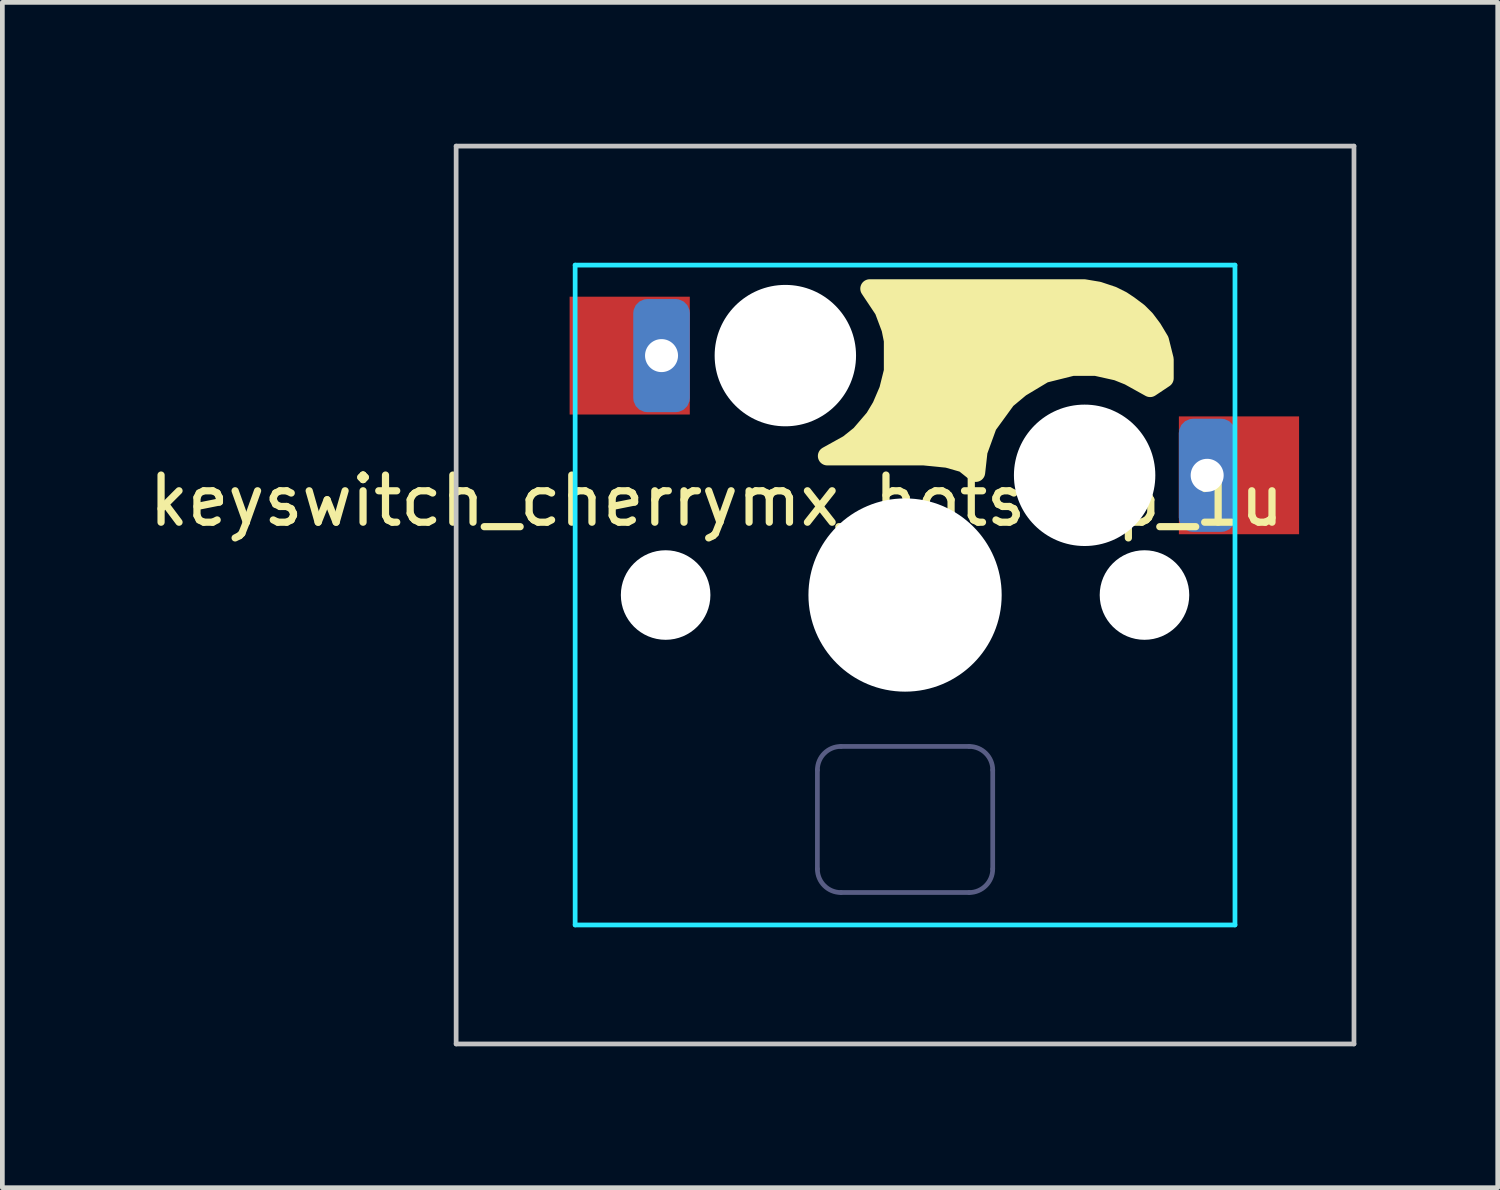
<source format=kicad_pcb>
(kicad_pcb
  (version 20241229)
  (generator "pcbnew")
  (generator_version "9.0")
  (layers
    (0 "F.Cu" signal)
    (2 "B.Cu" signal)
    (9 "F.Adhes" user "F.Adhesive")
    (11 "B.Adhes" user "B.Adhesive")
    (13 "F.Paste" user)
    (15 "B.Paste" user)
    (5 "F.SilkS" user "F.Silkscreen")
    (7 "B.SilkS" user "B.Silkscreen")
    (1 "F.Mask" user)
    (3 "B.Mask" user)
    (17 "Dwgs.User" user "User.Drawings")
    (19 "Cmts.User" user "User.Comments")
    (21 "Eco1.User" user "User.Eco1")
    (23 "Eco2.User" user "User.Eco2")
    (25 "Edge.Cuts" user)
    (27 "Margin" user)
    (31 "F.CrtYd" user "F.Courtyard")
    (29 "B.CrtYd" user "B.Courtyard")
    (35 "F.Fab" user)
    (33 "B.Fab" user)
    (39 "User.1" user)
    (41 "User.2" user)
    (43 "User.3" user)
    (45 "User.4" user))
  (footprint "keyswitch_cherrymx_hotswap_1u"
    (layer "F.Cu")
    (at 16.153 9.575)
    (property "Reference" "keyswitch_cherrymx_hotswap_1u" (at -4 -2 0) (layer "F.SilkS") (effects (font (size 1 1) (thickness 0.153) (bold yes))))
    (attr through_hole)
    (fp_poly (pts (xy 3.6 -6.5) (xy 3.8 -6.5) (xy 4.1 -6.45) (xy 4.4 -6.35) (xy 4.6 -6.25) (xy 4.75 -6.15) (xy 4.95 -6) (xy 5.1 -5.85) (xy 5.25 -5.65) (xy 5.4 -5.4) (xy 5.5 -5) (xy 5.5 -4.6) (xy 5.35 -4.5) (xy 5.2 -4.4) (xy 4.75 -4.65) (xy 4.5 -4.75) (xy 4.05 -4.85) (xy 3.55 -4.85) (xy 2.95 -4.7) (xy 2.45 -4.4) (xy 2.15 -4.15) (xy 1.75 -3.6) (xy 1.55 -3.05) (xy 1.5 -2.6) (xy 1.25 -2.8) (xy 0.9 -2.9) (xy 0.4 -2.95) (xy -1.65 -2.95) (xy -1.2 -3.2) (xy -0.95 -3.4) (xy -0.65 -3.75) (xy -0.5 -4) (xy -0.35 -4.35) (xy -0.25 -4.75) (xy -0.25 -5.05) (xy -0.25 -5.4) (xy -0.3 -5.65) (xy -0.45 -6.05) (xy -0.75 -6.5)) (stroke (width 0.4) (type solid)) (fill yes) (layer "F.SilkS"))
    (fp_line (start -9.525 -9.525) (end -9.525 9.525) (stroke (width 0.1) (type solid)) (layer "Dwgs.User"))
    (fp_line (start -9.525 9.525) (end 9.525 9.525) (stroke (width 0.1) (type solid)) (layer "Dwgs.User"))
    (fp_line (start 9.525 -9.525) (end -9.525 -9.525) (stroke (width 0.1) (type solid)) (layer "Dwgs.User"))
    (fp_line (start 9.525 9.525) (end 9.525 -9.525) (stroke (width 0.1) (type solid)) (layer "Dwgs.User"))
    (fp_line (start -7 7) (end -7 -7) (stroke (width 0.1) (type default)) (layer "B.CrtYd"))
    (fp_line (start 7 -7) (end -7 -7) (stroke (width 0.1) (type default)) (layer "B.CrtYd"))
    (fp_line (start 7 -7) (end 7 7) (stroke (width 0.1) (type default)) (layer "B.CrtYd"))
    (fp_line (start 7 7) (end -7 7) (stroke (width 0.1) (type default)) (layer "B.CrtYd"))
    (fp_line (start -1.86 3.712) (end -1.86 5.812) (stroke (width 0.1) (type default)) (layer "B.Fab"))
    (fp_line (start 1.36 3.212) (end -1.36 3.212) (stroke (width 0.1) (type default)) (layer "B.Fab"))
    (fp_line (start 1.36 6.312) (end -1.36 6.312) (stroke (width 0.1) (type default)) (layer "B.Fab"))
    (fp_line (start 1.86 3.712) (end 1.86 5.812) (stroke (width 0.1) (type default)) (layer "B.Fab"))
    (fp_arc (start -1.86 3.7125) (mid -1.713553 3.358947) (end -1.36 3.2125) (stroke (width 0.1) (type default)) (layer "B.Fab"))
    (fp_arc (start -1.36 6.3125) (mid -1.713553 6.166053) (end -1.86 5.8125) (stroke (width 0.1) (type default)) (layer "B.Fab"))
    (fp_arc (start 1.36 3.2125) (mid 1.713553 3.358947) (end 1.86 3.7125) (stroke (width 0.1) (type default)) (layer "B.Fab"))
    (fp_arc (start 1.86 5.8125) (mid 1.713553 6.166053) (end 1.36 6.3125) (stroke (width 0.1) (type default)) (layer "B.Fab"))
    (pad "" np_thru_hole circle (at -5.08 0) (size 1.9 1.9) (drill 1.9) (layers "*.Cu" "*.Mask"))
    (pad "" np_thru_hole circle (at -2.54 -5.08) (size 3 3) (drill 3) (layers "*.Cu" "*.Mask"))
    (pad "" np_thru_hole circle (at 0 0 270) (size 4.1 4.1) (drill 4.1) (layers "*.Cu" "*.Mask"))
    (pad "" np_thru_hole circle (at 3.81 -2.54) (size 3 3) (drill 3) (layers "*.Cu" "*.Mask"))
    (pad "" np_thru_hole circle (at 5.08 0) (size 1.9 1.9) (drill 1.9) (layers "*.Cu" "*.Mask"))
    (pad "1" thru_hole roundrect (at 6.41 -2.54) (size 1.2 2.4) (drill 0.7) (layers "*.Cu" "F.Paste") (roundrect_rratio 0.25))
    (pad "1" smd rect (at 7.085 -2.54 180) (size 2.55 2.5) (layers "F.Cu" "F.Mask" "F.Paste"))
    (pad "2" smd rect (at -5.842 -5.08 180) (size 2.55 2.5) (layers "F.Cu" "F.Mask" "F.Paste"))
    (pad "2" thru_hole roundrect (at -5.167 -5.08) (size 1.2 2.4) (drill 0.7) (layers "*.Cu" "F.Paste") (roundrect_rratio 0.25)))
  (gr_rect
    (start -3 -3)
    (end 28.728 22.15)
    (stroke (width 0.1) (type default))
    (fill no)
    (layer "Edge.Cuts")))
</source>
